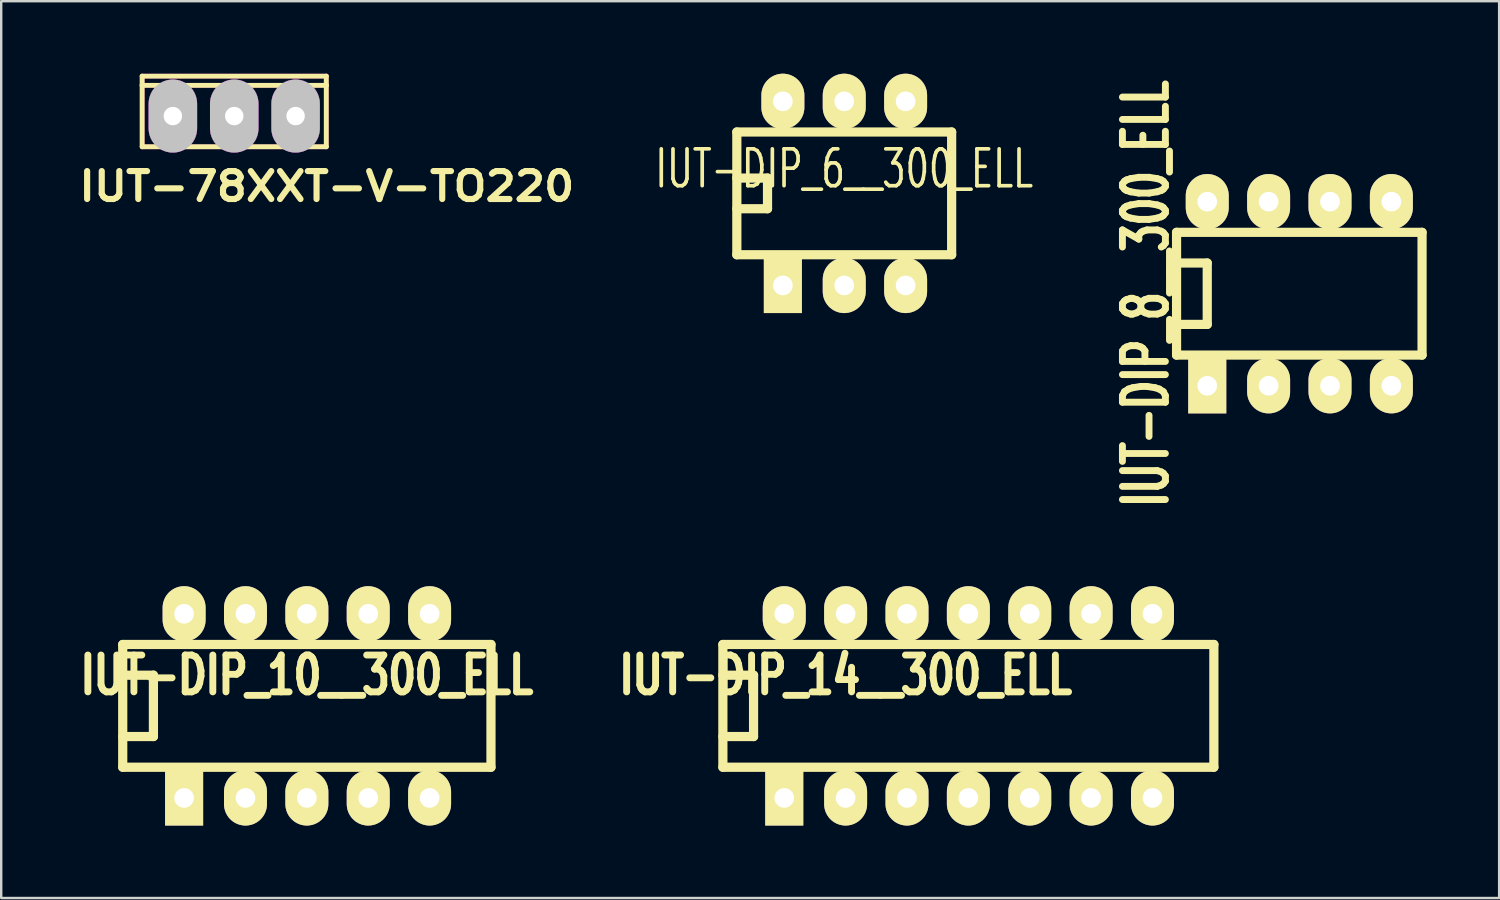
<source format=kicad_pcb>
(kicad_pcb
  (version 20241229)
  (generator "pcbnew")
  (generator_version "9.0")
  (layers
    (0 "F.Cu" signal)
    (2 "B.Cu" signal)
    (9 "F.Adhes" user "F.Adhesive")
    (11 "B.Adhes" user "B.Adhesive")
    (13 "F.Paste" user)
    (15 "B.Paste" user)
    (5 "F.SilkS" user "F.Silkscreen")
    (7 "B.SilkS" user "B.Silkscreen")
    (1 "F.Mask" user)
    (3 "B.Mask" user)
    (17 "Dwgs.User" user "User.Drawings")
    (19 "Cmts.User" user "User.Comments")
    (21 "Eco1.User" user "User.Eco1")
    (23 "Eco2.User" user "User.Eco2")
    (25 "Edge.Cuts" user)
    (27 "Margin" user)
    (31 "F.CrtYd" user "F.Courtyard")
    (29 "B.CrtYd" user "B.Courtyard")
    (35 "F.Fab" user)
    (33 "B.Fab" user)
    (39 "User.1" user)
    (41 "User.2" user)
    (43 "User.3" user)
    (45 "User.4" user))
  (footprint "IUT-DIP_8__300_ELL"
    (layer "F.Cu")
    (at 50.722 9.105)
    (property "Reference" "IUT-DIP_8__300_ELL" (at -6.35 0 90) (layer "F.SilkS") (effects (font (size 1.778 1.143) (thickness 0.305))))
    (attr through_hole)
    (fp_line (start -5.08 -2.54) (end 5.08 -2.54) (stroke (width 0.381) (type solid)) (layer "F.SilkS"))
    (fp_line (start -5.08 -1.27) (end -3.81 -1.27) (stroke (width 0.381) (type solid)) (layer "F.SilkS"))
    (fp_line (start -5.08 2.54) (end -5.08 -2.54) (stroke (width 0.381) (type solid)) (layer "F.SilkS"))
    (fp_line (start -3.81 -1.27) (end -3.81 1.27) (stroke (width 0.381) (type solid)) (layer "F.SilkS"))
    (fp_line (start -3.81 1.27) (end -5.08 1.27) (stroke (width 0.381) (type solid)) (layer "F.SilkS"))
    (fp_line (start 5.08 -2.54) (end 5.08 2.54) (stroke (width 0.381) (type solid)) (layer "F.SilkS"))
    (fp_line (start 5.08 2.54) (end -5.08 2.54) (stroke (width 0.381) (type solid)) (layer "F.SilkS"))
    (pad "1" thru_hole rect (at -3.81 3.81) (size 1.575 2.286) (drill 0.813) (layers "*.Cu" "*.Mask" "F.SilkS"))
    (pad "2" thru_hole oval (at -1.27 3.81) (size 1.778 2.286) (drill 0.813) (layers "*.Cu" "*.Mask" "F.SilkS"))
    (pad "3" thru_hole oval (at 1.27 3.81) (size 1.778 2.286) (drill 0.813) (layers "*.Cu" "*.Mask" "F.SilkS"))
    (pad "4" thru_hole oval (at 3.81 3.81) (size 1.778 2.286) (drill 0.813) (layers "*.Cu" "*.Mask" "F.SilkS"))
    (pad "5" thru_hole oval (at 3.81 -3.81) (size 1.778 2.286) (drill 0.813) (layers "*.Cu" "*.Mask" "F.SilkS"))
    (pad "6" thru_hole oval (at 1.27 -3.81) (size 1.778 2.286) (drill 0.813) (layers "*.Cu" "*.Mask" "F.SilkS"))
    (pad "7" thru_hole oval (at -1.27 -3.81) (size 1.778 2.286) (drill 0.813) (layers "*.Cu" "*.Mask" "F.SilkS"))
    (pad "8" thru_hole oval (at -3.81 -3.81) (size 1.778 2.286) (drill 0.813) (layers "*.Cu" "*.Mask" "F.SilkS")))
  (footprint "IUT-DIP_14__300_ELL"
    (layer "F.Cu")
    (at 37.026 26.162)
    (property "Reference" "IUT-DIP_14__300_ELL" (at -5.08 -1.27 0) (layer "F.SilkS") (effects (font (size 1.524 1.143) (thickness 0.305))))
    (attr through_hole)
    (fp_line (start -10.16 -2.54) (end 10.16 -2.54) (stroke (width 0.381) (type solid)) (layer "F.SilkS"))
    (fp_line (start -10.16 -1.27) (end -8.89 -1.27) (stroke (width 0.381) (type solid)) (layer "F.SilkS"))
    (fp_line (start -10.16 2.54) (end -10.16 -2.54) (stroke (width 0.381) (type solid)) (layer "F.SilkS"))
    (fp_line (start -8.89 -1.27) (end -8.89 1.27) (stroke (width 0.381) (type solid)) (layer "F.SilkS"))
    (fp_line (start -8.89 1.27) (end -10.16 1.27) (stroke (width 0.381) (type solid)) (layer "F.SilkS"))
    (fp_line (start 10.16 -2.54) (end 10.16 2.54) (stroke (width 0.381) (type solid)) (layer "F.SilkS"))
    (fp_line (start 10.16 2.54) (end -10.16 2.54) (stroke (width 0.381) (type solid)) (layer "F.SilkS"))
    (pad "1" thru_hole rect (at -7.62 3.81) (size 1.575 2.286) (drill 0.813) (layers "*.Cu" "*.Mask" "F.SilkS"))
    (pad "2" thru_hole oval (at -5.08 3.81) (size 1.778 2.286) (drill 0.813) (layers "*.Cu" "*.Mask" "F.SilkS"))
    (pad "3" thru_hole oval (at -2.54 3.81) (size 1.778 2.286) (drill 0.813) (layers "*.Cu" "*.Mask" "F.SilkS"))
    (pad "4" thru_hole oval (at 0 3.81) (size 1.778 2.286) (drill 0.813) (layers "*.Cu" "*.Mask" "F.SilkS"))
    (pad "5" thru_hole oval (at 2.54 3.81) (size 1.778 2.286) (drill 0.813) (layers "*.Cu" "*.Mask" "F.SilkS"))
    (pad "6" thru_hole oval (at 5.08 3.81) (size 1.778 2.286) (drill 0.813) (layers "*.Cu" "*.Mask" "F.SilkS"))
    (pad "7" thru_hole oval (at 7.62 3.81) (size 1.778 2.286) (drill 0.813) (layers "*.Cu" "*.Mask" "F.SilkS"))
    (pad "8" thru_hole oval (at 7.62 -3.81) (size 1.778 2.286) (drill 0.813) (layers "*.Cu" "*.Mask" "F.SilkS"))
    (pad "9" thru_hole oval (at 5.08 -3.81) (size 1.778 2.286) (drill 0.813) (layers "*.Cu" "*.Mask" "F.SilkS"))
    (pad "10" thru_hole oval (at 2.54 -3.81) (size 1.778 2.286) (drill 0.813) (layers "*.Cu" "*.Mask" "F.SilkS"))
    (pad "11" thru_hole oval (at 0 -3.81) (size 1.778 2.286) (drill 0.813) (layers "*.Cu" "*.Mask" "F.SilkS"))
    (pad "12" thru_hole oval (at -2.54 -3.81) (size 1.778 2.286) (drill 0.813) (layers "*.Cu" "*.Mask" "F.SilkS"))
    (pad "13" thru_hole oval (at -5.08 -3.81) (size 1.778 2.286) (drill 0.813) (layers "*.Cu" "*.Mask" "F.SilkS"))
    (pad "14" thru_hole oval (at -7.62 -3.81) (size 1.778 2.286) (drill 0.813) (layers "*.Cu" "*.Mask" "F.SilkS")))
  (footprint "IUT-DIP_6__300_ELL"
    (layer "F.Cu")
    (at 31.889 4.953)
    (property "Reference" "IUT-DIP_6__300_ELL" (at 0 -1.016 0) (layer "F.SilkS") (effects (font (size 1.524 1.016) (thickness 0.152))))
    (attr through_hole)
    (fp_line (start -4.445 -2.54) (end 4.445 -2.54) (stroke (width 0.381) (type solid)) (layer "F.SilkS"))
    (fp_line (start -4.445 -0.635) (end -3.175 -0.635) (stroke (width 0.381) (type solid)) (layer "F.SilkS"))
    (fp_line (start -4.445 2.54) (end -4.445 -2.54) (stroke (width 0.381) (type solid)) (layer "F.SilkS"))
    (fp_line (start -3.175 -0.635) (end -3.175 0.635) (stroke (width 0.381) (type solid)) (layer "F.SilkS"))
    (fp_line (start -3.175 0.635) (end -4.445 0.635) (stroke (width 0.381) (type solid)) (layer "F.SilkS"))
    (fp_line (start 4.445 -2.54) (end 4.445 2.54) (stroke (width 0.381) (type solid)) (layer "F.SilkS"))
    (fp_line (start 4.445 2.54) (end -4.445 2.54) (stroke (width 0.381) (type solid)) (layer "F.SilkS"))
    (pad "1" thru_hole rect (at -2.54 3.81) (size 1.575 2.286) (drill 0.813) (layers "*.Cu" "*.Mask" "F.SilkS"))
    (pad "2" thru_hole oval (at 0 3.81) (size 1.778 2.286) (drill 0.813) (layers "*.Cu" "*.Mask" "F.SilkS"))
    (pad "3" thru_hole oval (at 2.54 3.81) (size 1.778 2.286) (drill 0.813) (layers "*.Cu" "*.Mask" "F.SilkS"))
    (pad "4" thru_hole oval (at 2.54 -3.81) (size 1.778 2.286) (drill 0.813) (layers "*.Cu" "*.Mask" "F.SilkS"))
    (pad "5" thru_hole oval (at 0 -3.81) (size 1.778 2.286) (drill 0.813) (layers "*.Cu" "*.Mask" "F.SilkS"))
    (pad "6" thru_hole oval (at -2.54 -3.81) (size 1.778 2.286) (drill 0.813) (layers "*.Cu" "*.Mask" "F.SilkS")))
  (footprint "IUT-78XXT-V-TO220"
    (layer "F.Cu")
    (at 4.104 1.753)
    (property "Reference" "IUT-78XXT-V-TO220" (at 6.37 2.911 0) (layer "F.SilkS") (effects (font (size 1.156 1.27) (thickness 0.254))))
    (attr through_hole)
    (fp_line (start -1.27 -1.651) (end 6.35 -1.651) (stroke (width 0.203) (type solid)) (layer "F.SilkS"))
    (fp_line (start -1.27 -1.27) (end -1.27 -1.651) (stroke (width 0.203) (type solid)) (layer "F.SilkS"))
    (fp_line (start -1.27 -1.27) (end -1.27 1.27) (stroke (width 0.203) (type solid)) (layer "F.SilkS"))
    (fp_line (start -1.27 1.27) (end 6.35 1.27) (stroke (width 0.203) (type solid)) (layer "F.SilkS"))
    (fp_line (start 6.35 -1.651) (end 6.35 -1.27) (stroke (width 0.203) (type solid)) (layer "F.SilkS"))
    (fp_line (start 6.35 -1.27) (end -1.27 -1.27) (stroke (width 0.203) (type solid)) (layer "F.SilkS"))
    (fp_line (start 6.35 1.27) (end 6.35 -1.27) (stroke (width 0.203) (type solid)) (layer "F.SilkS"))
    (fp_line (start -1.27 -1.651) (end 6.35 -1.651) (stroke (width 0.203) (type solid)) (layer "F.Adhes"))
    (fp_line (start -1.27 -1.27) (end -1.27 -1.651) (stroke (width 0.203) (type solid)) (layer "F.Adhes"))
    (fp_line (start -1.27 -1.27) (end -1.27 1.27) (stroke (width 0.203) (type solid)) (layer "F.Adhes"))
    (fp_line (start -1.27 1.27) (end 6.35 1.27) (stroke (width 0.203) (type solid)) (layer "F.Adhes"))
    (fp_line (start 6.35 -1.651) (end 6.35 -1.27) (stroke (width 0.203) (type solid)) (layer "F.Adhes"))
    (fp_line (start 6.35 -1.27) (end -1.27 -1.27) (stroke (width 0.203) (type solid)) (layer "F.Adhes"))
    (fp_line (start 6.35 1.27) (end 6.35 -1.27) (stroke (width 0.203) (type solid)) (layer "F.Adhes"))
    (pad "1" thru_hole oval (at 0 0 90) (size 3.023 2.007) (drill 0.762) (layers "*.Cu" "*.Adhes" "*.Mask" "Dwgs.User" "Eco1.User" "Eco2.User"))
    (pad "2" thru_hole oval (at 2.54 0 90) (size 3.023 2.007) (drill 0.762) (layers "*.Cu" "*.Adhes" "*.Mask" "Dwgs.User" "Eco1.User" "Eco2.User"))
    (pad "3" thru_hole oval (at 5.08 0 90) (size 3.023 2.007) (drill 0.762) (layers "*.Cu" "*.Adhes" "*.Mask" "Dwgs.User" "Eco1.User" "Eco2.User")))
  (footprint "IUT-DIP_10__300_ELL"
    (layer "F.Cu")
    (at 9.649 26.162)
    (property "Reference" "IUT-DIP_10__300_ELL" (at 0 -1.27 0) (layer "F.SilkS") (effects (font (size 1.524 1.143) (thickness 0.305))))
    (attr through_hole)
    (fp_line (start -7.62 -2.54) (end -7.62 2.54) (stroke (width 0.381) (type solid)) (layer "F.SilkS"))
    (fp_line (start -7.62 -1.27) (end -6.35 -1.27) (stroke (width 0.381) (type solid)) (layer "F.SilkS"))
    (fp_line (start -7.62 2.54) (end 7.62 2.54) (stroke (width 0.381) (type solid)) (layer "F.SilkS"))
    (fp_line (start -6.35 -1.27) (end -6.35 1.27) (stroke (width 0.381) (type solid)) (layer "F.SilkS"))
    (fp_line (start -6.35 1.27) (end -7.62 1.27) (stroke (width 0.381) (type solid)) (layer "F.SilkS"))
    (fp_line (start 7.62 -2.54) (end -7.62 -2.54) (stroke (width 0.381) (type solid)) (layer "F.SilkS"))
    (fp_line (start 7.62 2.54) (end 7.62 -2.54) (stroke (width 0.381) (type solid)) (layer "F.SilkS"))
    (pad "1" thru_hole rect (at -5.08 3.81) (size 1.575 2.286) (drill 0.813) (layers "*.Cu" "*.Mask" "F.SilkS"))
    (pad "2" thru_hole oval (at -2.54 3.81) (size 1.778 2.286) (drill 0.813) (layers "*.Cu" "*.Mask" "F.SilkS"))
    (pad "3" thru_hole oval (at 0 3.81) (size 1.778 2.286) (drill 0.813) (layers "*.Cu" "*.Mask" "F.SilkS"))
    (pad "4" thru_hole oval (at 2.54 3.81) (size 1.778 2.286) (drill 0.813) (layers "*.Cu" "*.Mask" "F.SilkS"))
    (pad "5" thru_hole oval (at 5.08 3.81) (size 1.778 2.286) (drill 0.813) (layers "*.Cu" "*.Mask" "F.SilkS"))
    (pad "6" thru_hole oval (at 5.08 -3.81) (size 1.778 2.286) (drill 0.813) (layers "*.Cu" "*.Mask" "F.SilkS"))
    (pad "7" thru_hole oval (at 2.54 -3.81) (size 1.778 2.286) (drill 0.813) (layers "*.Cu" "*.Mask" "F.SilkS"))
    (pad "8" thru_hole oval (at 0 -3.81) (size 1.778 2.286) (drill 0.813) (layers "*.Cu" "*.Mask" "F.SilkS"))
    (pad "9" thru_hole oval (at -2.54 -3.81) (size 1.778 2.286) (drill 0.813) (layers "*.Cu" "*.Mask" "F.SilkS"))
    (pad "10" thru_hole oval (at -5.08 -3.81) (size 1.778 2.286) (drill 0.813) (layers "*.Cu" "*.Mask" "F.SilkS")))
  (gr_rect
    (start -3 -3)
    (end 58.992 34.115)
    (stroke (width 0.1) (type default))
    (fill no)
    (layer "Edge.Cuts")))
</source>
